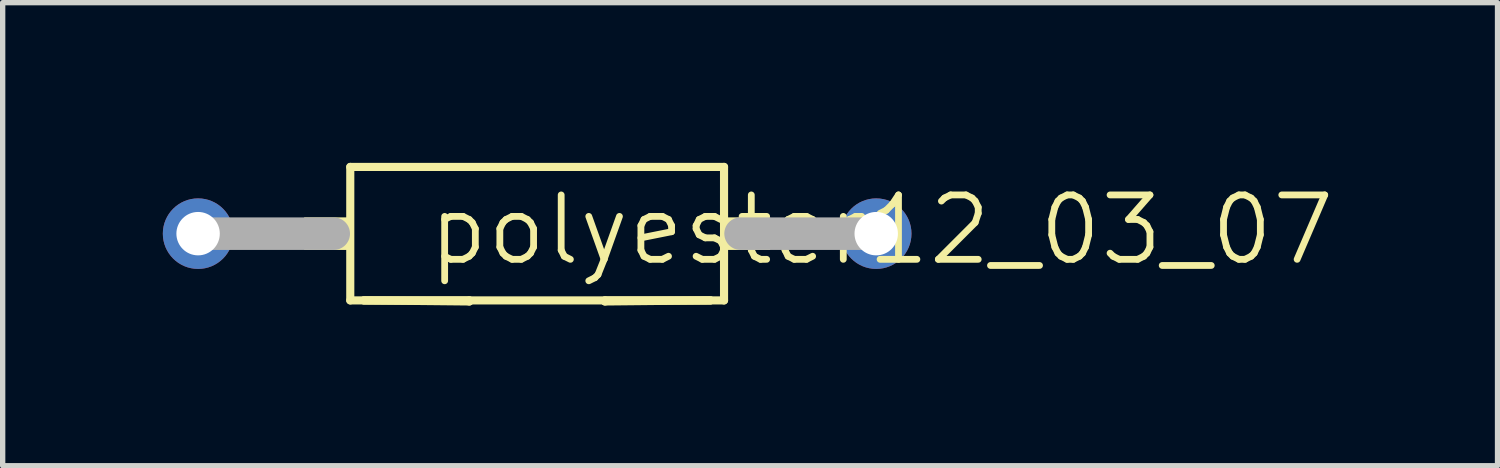
<source format=kicad_pcb>
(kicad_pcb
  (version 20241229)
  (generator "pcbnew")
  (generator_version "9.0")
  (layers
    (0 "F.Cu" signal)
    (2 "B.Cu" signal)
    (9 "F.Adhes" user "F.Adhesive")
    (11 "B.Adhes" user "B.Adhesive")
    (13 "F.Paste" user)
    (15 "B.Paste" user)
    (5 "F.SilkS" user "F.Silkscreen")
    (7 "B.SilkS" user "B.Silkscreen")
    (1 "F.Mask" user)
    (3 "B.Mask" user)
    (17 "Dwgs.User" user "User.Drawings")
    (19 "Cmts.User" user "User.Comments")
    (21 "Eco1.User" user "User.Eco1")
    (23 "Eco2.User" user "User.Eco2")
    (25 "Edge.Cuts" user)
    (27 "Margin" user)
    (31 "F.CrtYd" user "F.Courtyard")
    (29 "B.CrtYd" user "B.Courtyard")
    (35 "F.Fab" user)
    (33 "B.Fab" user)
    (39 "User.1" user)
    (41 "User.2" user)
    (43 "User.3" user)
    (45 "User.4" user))
  (footprint "polyester12_03_07"
    (layer "F.Cu")
    (at 0.66 1.326)
    (property "Reference" "polyester12_03_07" (at 4.247 0.635 0) (layer "F.SilkS") (effects (font (size 1.206 1.206) (thickness 0.127)) (justify left bottom)))
    (attr through_hole)
    (fp_line (start 2.85 1.25) (end 2.85 -1.25) (stroke (width 0.152) (type solid)) (layer "F.SilkS"))
    (fp_line (start 2.85 1.25) (end 5.08 1.25) (stroke (width 0.152) (type solid)) (layer "F.SilkS"))
    (fp_line (start 5.08 1.25) (end 5.08 1.27) (stroke (width 0.152) (type solid)) (layer "F.SilkS"))
    (fp_line (start 5.08 1.27) (end 3.104 1.25) (stroke (width 0.152) (type solid)) (layer "F.SilkS"))
    (fp_line (start 7.62 1.25) (end 9.85 1.25) (stroke (width 0.152) (type solid)) (layer "F.SilkS"))
    (fp_line (start 7.62 1.27) (end 7.62 1.25) (stroke (width 0.152) (type solid)) (layer "F.SilkS"))
    (fp_line (start 9.596 1.25) (end 3.104 1.25) (stroke (width 0.152) (type solid)) (layer "F.SilkS"))
    (fp_line (start 9.596 1.25) (end 7.62 1.27) (stroke (width 0.152) (type solid)) (layer "F.SilkS"))
    (fp_line (start 9.85 -1.25) (end 2.85 -1.25) (stroke (width 0.152) (type solid)) (layer "F.SilkS"))
    (fp_line (start 9.85 1.25) (end 9.85 -1.25) (stroke (width 0.152) (type solid)) (layer "F.SilkS"))
    (fp_poly (pts (xy 1.986 0.305) (xy 2.85 0.305) (xy 2.85 -0.305) (xy 1.986 -0.305)) (stroke (width 0) (type solid)) (fill yes) (layer "F.SilkS"))
    (fp_poly (pts (xy 9.85 0.305) (xy 10.714 0.305) (xy 10.714 -0.305) (xy 9.85 -0.305)) (stroke (width 0) (type solid)) (fill yes) (layer "F.SilkS"))
    (fp_line (start 0 0) (end 2.54 0) (stroke (width 0.61) (type solid)) (layer "F.Fab"))
    (fp_line (start 12.7 0) (end 10.16 0) (stroke (width 0.61) (type solid)) (layer "F.Fab"))
    (pad "1" thru_hole circle (at 0 0) (size 1.321 1.321) (drill 0.813) (layers "*.Cu" "*.Mask"))
    (pad "2" thru_hole circle (at 12.7 0) (size 1.321 1.321) (drill 0.813) (layers "*.Cu" "*.Mask")))
  (gr_rect
    (start -3 -3)
    (end 24.996 5.672)
    (stroke (width 0.1) (type default))
    (fill no)
    (layer "Edge.Cuts")))
</source>
